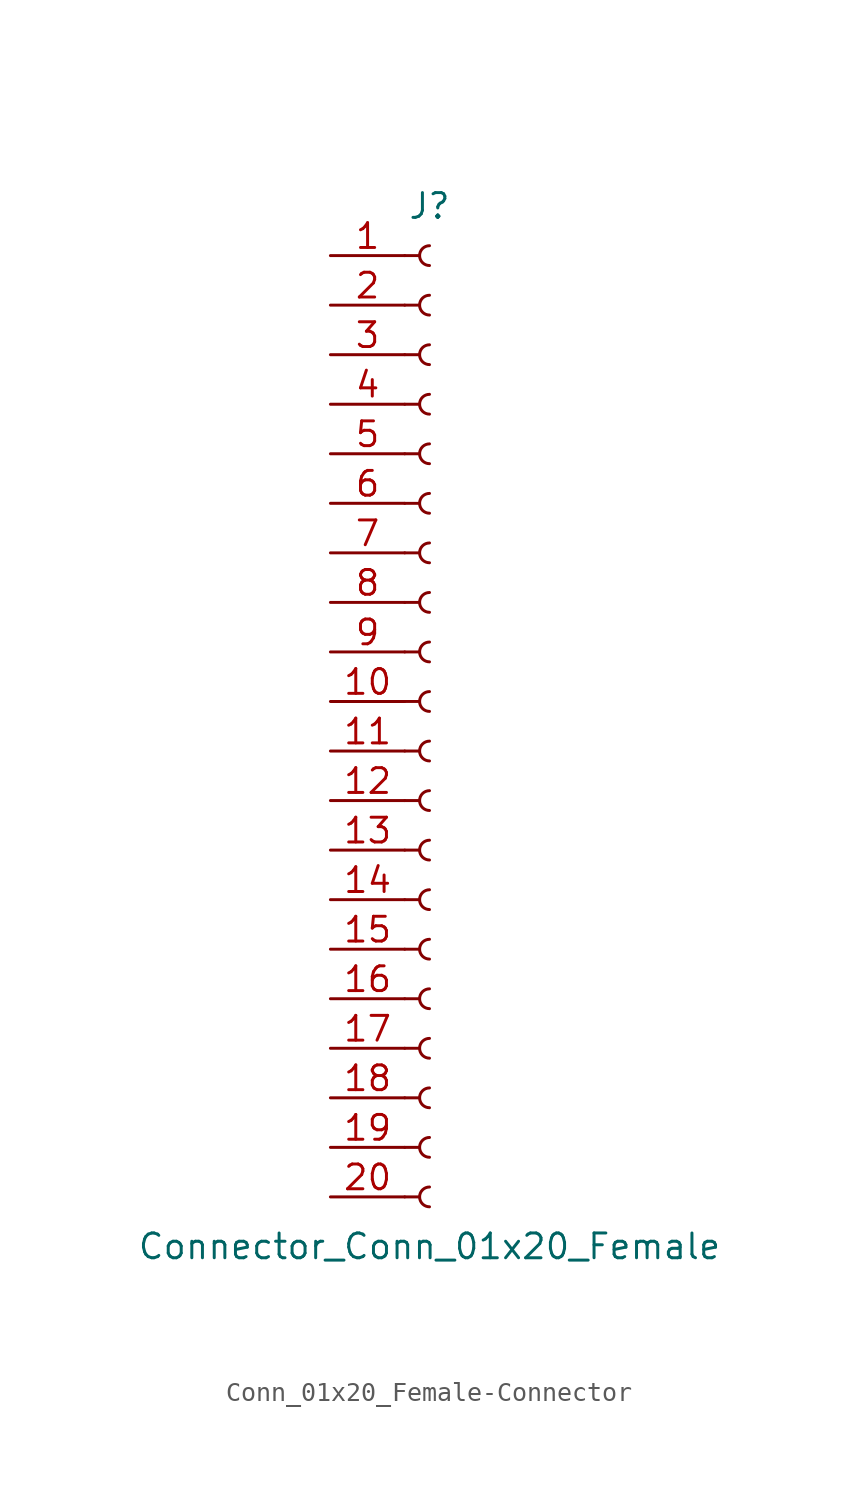
<source format=kicad_sym>
(kicad_symbol_lib
  (version 20220914)
  (generator kicad_symbol_editor)
  (symbol "Conn_01x20_Female-Connector"
    (pin_names
      (offset 1.016) hide)
    (property "Reference" "J"
      (at 0 25.4 0)
      (effects (font (size 1.27 1.27))))
    (property "Value" "Connector_Conn_01x20_Female"
      (at 0 -27.94 0)
      (effects (font (size 1.27 1.27))))
    (symbol "Conn_01x20_Female-Connector_1_1"
      (arc (start 0 -24.892) (mid -0.508 -25.4) (end 0 -25.908) (stroke (width 0.1524) (type solid)) (fill (type none)))
      (arc (start 0 -22.352) (mid -0.508 -22.86) (end 0 -23.368) (stroke (width 0.1524) (type solid)) (fill (type none)))
      (arc (start 0 -19.812) (mid -0.508 -20.32) (end 0 -20.828) (stroke (width 0.1524) (type solid)) (fill (type none)))
      (arc (start 0 -17.272) (mid -0.508 -17.78) (end 0 -18.288) (stroke (width 0.1524) (type solid)) (fill (type none)))
      (arc (start 0 -14.732) (mid -0.508 -15.24) (end 0 -15.748) (stroke (width 0.1524) (type solid)) (fill (type none)))
      (arc (start 0 -12.192) (mid -0.508 -12.7) (end 0 -13.208) (stroke (width 0.1524) (type solid)) (fill (type none)))
      (arc (start 0 -9.652) (mid -0.508 -10.16) (end 0 -10.668) (stroke (width 0.1524) (type solid)) (fill (type none)))
      (arc (start 0 -7.112) (mid -0.508 -7.62) (end 0 -8.128) (stroke (width 0.1524) (type solid)) (fill (type none)))
      (arc (start 0 -4.572) (mid -0.508 -5.08) (end 0 -5.588) (stroke (width 0.1524) (type solid)) (fill (type none)))
      (arc (start 0 -2.032) (mid -0.508 -2.54) (end 0 -3.048) (stroke (width 0.1524) (type solid)) (fill (type none)))
      (polyline (pts (xy -1.27 -25.4) (xy -0.508 -25.4)) (stroke (width 0.152) (type solid)) (fill (type none)))
      (polyline (pts (xy -1.27 -22.86) (xy -0.508 -22.86)) (stroke (width 0.152) (type solid)) (fill (type none)))
      (polyline (pts (xy -1.27 -20.32) (xy -0.508 -20.32)) (stroke (width 0.152) (type solid)) (fill (type none)))
      (polyline (pts (xy -1.27 -17.78) (xy -0.508 -17.78)) (stroke (width 0.152) (type solid)) (fill (type none)))
      (polyline (pts (xy -1.27 -15.24) (xy -0.508 -15.24)) (stroke (width 0.152) (type solid)) (fill (type none)))
      (polyline (pts (xy -1.27 -12.7) (xy -0.508 -12.7)) (stroke (width 0.152) (type solid)) (fill (type none)))
      (polyline (pts (xy -1.27 -10.16) (xy -0.508 -10.16)) (stroke (width 0.152) (type solid)) (fill (type none)))
      (polyline (pts (xy -1.27 -7.62) (xy -0.508 -7.62)) (stroke (width 0.152) (type solid)) (fill (type none)))
      (polyline (pts (xy -1.27 -5.08) (xy -0.508 -5.08)) (stroke (width 0.152) (type solid)) (fill (type none)))
      (polyline (pts (xy -1.27 -2.54) (xy -0.508 -2.54)) (stroke (width 0.152) (type solid)) (fill (type none)))
      (polyline (pts (xy -1.27 0) (xy -0.508 0)) (stroke (width 0.152) (type solid)) (fill (type none)))
      (polyline (pts (xy -1.27 2.54) (xy -0.508 2.54)) (stroke (width 0.152) (type solid)) (fill (type none)))
      (polyline (pts (xy -1.27 5.08) (xy -0.508 5.08)) (stroke (width 0.152) (type solid)) (fill (type none)))
      (polyline (pts (xy -1.27 7.62) (xy -0.508 7.62)) (stroke (width 0.152) (type solid)) (fill (type none)))
      (polyline (pts (xy -1.27 10.16) (xy -0.508 10.16)) (stroke (width 0.152) (type solid)) (fill (type none)))
      (polyline (pts (xy -1.27 12.7) (xy -0.508 12.7)) (stroke (width 0.152) (type solid)) (fill (type none)))
      (polyline (pts (xy -1.27 15.24) (xy -0.508 15.24)) (stroke (width 0.152) (type solid)) (fill (type none)))
      (polyline (pts (xy -1.27 17.78) (xy -0.508 17.78)) (stroke (width 0.152) (type solid)) (fill (type none)))
      (polyline (pts (xy -1.27 20.32) (xy -0.508 20.32)) (stroke (width 0.152) (type solid)) (fill (type none)))
      (polyline (pts (xy -1.27 22.86) (xy -0.508 22.86)) (stroke (width 0.152) (type solid)) (fill (type none)))
      (arc (start 0 0.508) (mid -0.508 0) (end 0 -0.508) (stroke (width 0.1524) (type solid)) (fill (type none)))
      (arc (start 0 3.048) (mid -0.508 2.54) (end 0 2.032) (stroke (width 0.1524) (type solid)) (fill (type none)))
      (arc (start 0 5.588) (mid -0.508 5.08) (end 0 4.572) (stroke (width 0.1524) (type solid)) (fill (type none)))
      (arc (start 0 8.128) (mid -0.508 7.62) (end 0 7.112) (stroke (width 0.1524) (type solid)) (fill (type none)))
      (arc (start 0 10.668) (mid -0.508 10.16) (end 0 9.652) (stroke (width 0.1524) (type solid)) (fill (type none)))
      (arc (start 0 13.208) (mid -0.508 12.7) (end 0 12.192) (stroke (width 0.1524) (type solid)) (fill (type none)))
      (arc (start 0 15.748) (mid -0.508 15.24) (end 0 14.732) (stroke (width 0.1524) (type solid)) (fill (type none)))
      (arc (start 0 18.288) (mid -0.508 17.78) (end 0 17.272) (stroke (width 0.1524) (type solid)) (fill (type none)))
      (arc (start 0 20.828) (mid -0.508 20.32) (end 0 19.812) (stroke (width 0.1524) (type solid)) (fill (type none)))
      (arc (start 0 23.368) (mid -0.508 22.86) (end 0 22.352) (stroke (width 0.1524) (type solid)) (fill (type none)))
      (pin passive line (at -5.08 22.86 0) (length 3.81) (name "Pin_1" (effects (font (size 1.27 1.27)))) (number "1" (effects (font (size 1.27 1.27)))))
      (pin passive line (at -5.08 0 0) (length 3.81) (name "Pin_10" (effects (font (size 1.27 1.27)))) (number "10" (effects (font (size 1.27 1.27)))))
      (pin passive line (at -5.08 -2.54 0) (length 3.81) (name "Pin_11" (effects (font (size 1.27 1.27)))) (number "11" (effects (font (size 1.27 1.27)))))
      (pin passive line (at -5.08 -5.08 0) (length 3.81) (name "Pin_12" (effects (font (size 1.27 1.27)))) (number "12" (effects (font (size 1.27 1.27)))))
      (pin passive line (at -5.08 -7.62 0) (length 3.81) (name "Pin_13" (effects (font (size 1.27 1.27)))) (number "13" (effects (font (size 1.27 1.27)))))
      (pin passive line (at -5.08 -10.16 0) (length 3.81) (name "Pin_14" (effects (font (size 1.27 1.27)))) (number "14" (effects (font (size 1.27 1.27)))))
      (pin passive line (at -5.08 -12.7 0) (length 3.81) (name "Pin_15" (effects (font (size 1.27 1.27)))) (number "15" (effects (font (size 1.27 1.27)))))
      (pin passive line (at -5.08 -15.24 0) (length 3.81) (name "Pin_16" (effects (font (size 1.27 1.27)))) (number "16" (effects (font (size 1.27 1.27)))))
      (pin passive line (at -5.08 -17.78 0) (length 3.81) (name "Pin_17" (effects (font (size 1.27 1.27)))) (number "17" (effects (font (size 1.27 1.27)))))
      (pin passive line (at -5.08 -20.32 0) (length 3.81) (name "Pin_18" (effects (font (size 1.27 1.27)))) (number "18" (effects (font (size 1.27 1.27)))))
      (pin passive line (at -5.08 -22.86 0) (length 3.81) (name "Pin_19" (effects (font (size 1.27 1.27)))) (number "19" (effects (font (size 1.27 1.27)))))
      (pin passive line (at -5.08 20.32 0) (length 3.81) (name "Pin_2" (effects (font (size 1.27 1.27)))) (number "2" (effects (font (size 1.27 1.27)))))
      (pin passive line (at -5.08 -25.4 0) (length 3.81) (name "Pin_20" (effects (font (size 1.27 1.27)))) (number "20" (effects (font (size 1.27 1.27)))))
      (pin passive line (at -5.08 17.78 0) (length 3.81) (name "Pin_3" (effects (font (size 1.27 1.27)))) (number "3" (effects (font (size 1.27 1.27)))))
      (pin passive line (at -5.08 15.24 0) (length 3.81) (name "Pin_4" (effects (font (size 1.27 1.27)))) (number "4" (effects (font (size 1.27 1.27)))))
      (pin passive line (at -5.08 12.7 0) (length 3.81) (name "Pin_5" (effects (font (size 1.27 1.27)))) (number "5" (effects (font (size 1.27 1.27)))))
      (pin passive line (at -5.08 10.16 0) (length 3.81) (name "Pin_6" (effects (font (size 1.27 1.27)))) (number "6" (effects (font (size 1.27 1.27)))))
      (pin passive line (at -5.08 7.62 0) (length 3.81) (name "Pin_7" (effects (font (size 1.27 1.27)))) (number "7" (effects (font (size 1.27 1.27)))))
      (pin passive line (at -5.08 5.08 0) (length 3.81) (name "Pin_8" (effects (font (size 1.27 1.27)))) (number "8" (effects (font (size 1.27 1.27)))))
      (pin passive line (at -5.08 2.54 0) (length 3.81) (name "Pin_9" (effects (font (size 1.27 1.27)))) (number "9" (effects (font (size 1.27 1.27))))))))
</source>
